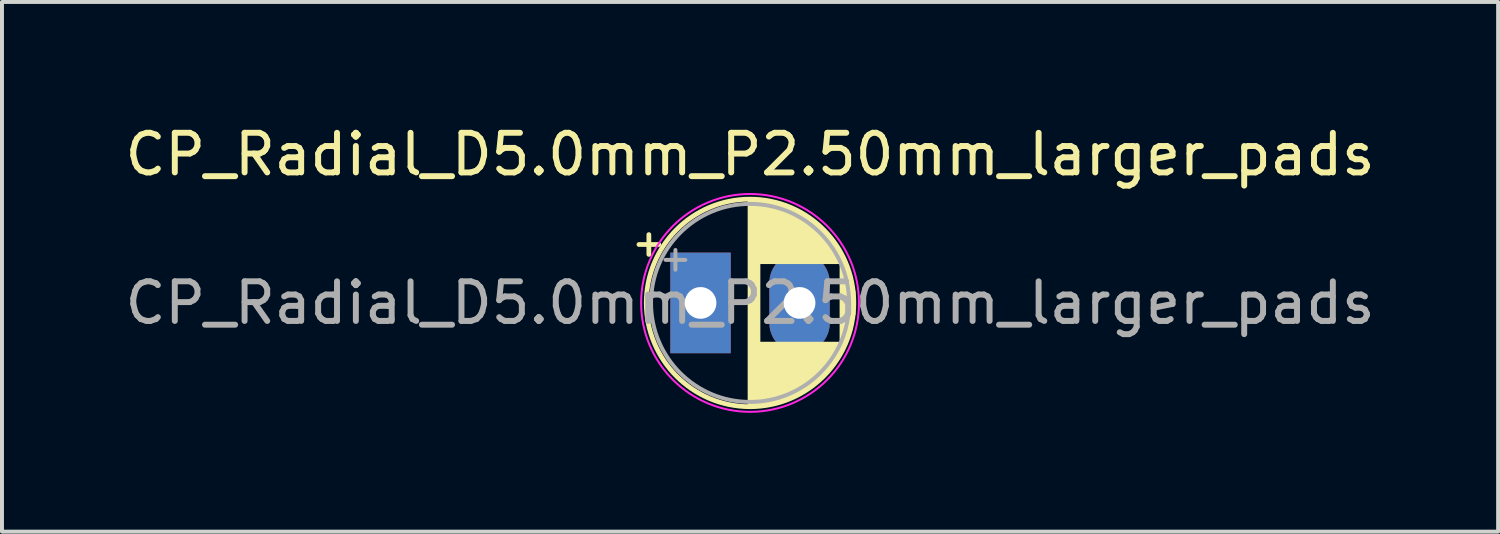
<source format=kicad_pcb>
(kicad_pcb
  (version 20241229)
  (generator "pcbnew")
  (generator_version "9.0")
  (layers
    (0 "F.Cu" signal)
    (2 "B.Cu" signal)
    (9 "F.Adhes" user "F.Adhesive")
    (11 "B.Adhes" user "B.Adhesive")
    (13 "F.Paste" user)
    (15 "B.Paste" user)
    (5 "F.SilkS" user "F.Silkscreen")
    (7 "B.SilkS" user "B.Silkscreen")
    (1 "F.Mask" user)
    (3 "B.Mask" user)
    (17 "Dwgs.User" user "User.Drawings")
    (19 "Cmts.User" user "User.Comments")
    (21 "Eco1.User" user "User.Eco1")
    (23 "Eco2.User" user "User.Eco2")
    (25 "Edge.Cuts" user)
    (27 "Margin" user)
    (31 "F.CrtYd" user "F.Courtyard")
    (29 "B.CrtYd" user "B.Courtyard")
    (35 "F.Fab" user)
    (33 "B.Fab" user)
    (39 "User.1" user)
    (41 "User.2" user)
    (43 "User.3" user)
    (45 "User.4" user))
  (footprint "CP_Radial_D5.0mm_P2.50mm_larger_pads"
    (layer "F.Cu")
    (at 14.637 4.598)
    (property "Reference" "CP_Radial_D5.0mm_P2.50mm_larger_pads" (at 1.25 -3.75 0) (layer "F.SilkS") (effects (font (size 1 1) (thickness 0.15))))
    (attr through_hole)
    (fp_line (start -1.555 -1.475) (end -1.055 -1.475) (stroke (width 0.12) (type solid)) (layer "F.SilkS"))
    (fp_line (start -1.305 -1.725) (end -1.305 -1.225) (stroke (width 0.12) (type solid)) (layer "F.SilkS"))
    (fp_line (start 1.25 -2.58) (end 1.25 2.58) (stroke (width 0.12) (type solid)) (layer "F.SilkS"))
    (fp_line (start 1.29 -2.58) (end 1.29 2.58) (stroke (width 0.12) (type solid)) (layer "F.SilkS"))
    (fp_line (start 1.33 -2.579) (end 1.33 2.579) (stroke (width 0.12) (type solid)) (layer "F.SilkS"))
    (fp_line (start 1.37 -2.578) (end 1.37 2.578) (stroke (width 0.12) (type solid)) (layer "F.SilkS"))
    (fp_line (start 1.41 -2.576) (end 1.41 2.576) (stroke (width 0.12) (type solid)) (layer "F.SilkS"))
    (fp_line (start 1.45 -2.573) (end 1.45 2.573) (stroke (width 0.12) (type solid)) (layer "F.SilkS"))
    (fp_line (start 1.49 -2.569) (end 1.49 -1.04) (stroke (width 0.12) (type solid)) (layer "F.SilkS"))
    (fp_line (start 1.49 1.04) (end 1.49 2.569) (stroke (width 0.12) (type solid)) (layer "F.SilkS"))
    (fp_line (start 1.53 -2.565) (end 1.53 -1.04) (stroke (width 0.12) (type solid)) (layer "F.SilkS"))
    (fp_line (start 1.53 1.04) (end 1.53 2.565) (stroke (width 0.12) (type solid)) (layer "F.SilkS"))
    (fp_line (start 1.57 -2.561) (end 1.57 -1.04) (stroke (width 0.12) (type solid)) (layer "F.SilkS"))
    (fp_line (start 1.57 1.04) (end 1.57 2.561) (stroke (width 0.12) (type solid)) (layer "F.SilkS"))
    (fp_line (start 1.61 -2.556) (end 1.61 -1.04) (stroke (width 0.12) (type solid)) (layer "F.SilkS"))
    (fp_line (start 1.61 1.04) (end 1.61 2.556) (stroke (width 0.12) (type solid)) (layer "F.SilkS"))
    (fp_line (start 1.65 -2.55) (end 1.65 -1.04) (stroke (width 0.12) (type solid)) (layer "F.SilkS"))
    (fp_line (start 1.65 1.04) (end 1.65 2.55) (stroke (width 0.12) (type solid)) (layer "F.SilkS"))
    (fp_line (start 1.69 -2.543) (end 1.69 -1.04) (stroke (width 0.12) (type solid)) (layer "F.SilkS"))
    (fp_line (start 1.69 1.04) (end 1.69 2.543) (stroke (width 0.12) (type solid)) (layer "F.SilkS"))
    (fp_line (start 1.73 -2.536) (end 1.73 -1.04) (stroke (width 0.12) (type solid)) (layer "F.SilkS"))
    (fp_line (start 1.73 1.04) (end 1.73 2.536) (stroke (width 0.12) (type solid)) (layer "F.SilkS"))
    (fp_line (start 1.77 -2.528) (end 1.77 -1.04) (stroke (width 0.12) (type solid)) (layer "F.SilkS"))
    (fp_line (start 1.77 1.04) (end 1.77 2.528) (stroke (width 0.12) (type solid)) (layer "F.SilkS"))
    (fp_line (start 1.81 -2.52) (end 1.81 -1.04) (stroke (width 0.12) (type solid)) (layer "F.SilkS"))
    (fp_line (start 1.81 1.04) (end 1.81 2.52) (stroke (width 0.12) (type solid)) (layer "F.SilkS"))
    (fp_line (start 1.85 -2.511) (end 1.85 -1.04) (stroke (width 0.12) (type solid)) (layer "F.SilkS"))
    (fp_line (start 1.85 1.04) (end 1.85 2.511) (stroke (width 0.12) (type solid)) (layer "F.SilkS"))
    (fp_line (start 1.89 -2.501) (end 1.89 -1.04) (stroke (width 0.12) (type solid)) (layer "F.SilkS"))
    (fp_line (start 1.89 1.04) (end 1.89 2.501) (stroke (width 0.12) (type solid)) (layer "F.SilkS"))
    (fp_line (start 1.93 -2.491) (end 1.93 -1.04) (stroke (width 0.12) (type solid)) (layer "F.SilkS"))
    (fp_line (start 1.93 1.04) (end 1.93 2.491) (stroke (width 0.12) (type solid)) (layer "F.SilkS"))
    (fp_line (start 1.971 -2.48) (end 1.971 -1.04) (stroke (width 0.12) (type solid)) (layer "F.SilkS"))
    (fp_line (start 1.971 1.04) (end 1.971 2.48) (stroke (width 0.12) (type solid)) (layer "F.SilkS"))
    (fp_line (start 2.011 -2.468) (end 2.011 -1.04) (stroke (width 0.12) (type solid)) (layer "F.SilkS"))
    (fp_line (start 2.011 1.04) (end 2.011 2.468) (stroke (width 0.12) (type solid)) (layer "F.SilkS"))
    (fp_line (start 2.051 -2.455) (end 2.051 -1.04) (stroke (width 0.12) (type solid)) (layer "F.SilkS"))
    (fp_line (start 2.051 1.04) (end 2.051 2.455) (stroke (width 0.12) (type solid)) (layer "F.SilkS"))
    (fp_line (start 2.091 -2.442) (end 2.091 -1.04) (stroke (width 0.12) (type solid)) (layer "F.SilkS"))
    (fp_line (start 2.091 1.04) (end 2.091 2.442) (stroke (width 0.12) (type solid)) (layer "F.SilkS"))
    (fp_line (start 2.131 -2.428) (end 2.131 -1.04) (stroke (width 0.12) (type solid)) (layer "F.SilkS"))
    (fp_line (start 2.131 1.04) (end 2.131 2.428) (stroke (width 0.12) (type solid)) (layer "F.SilkS"))
    (fp_line (start 2.171 -2.414) (end 2.171 -1.04) (stroke (width 0.12) (type solid)) (layer "F.SilkS"))
    (fp_line (start 2.171 1.04) (end 2.171 2.414) (stroke (width 0.12) (type solid)) (layer "F.SilkS"))
    (fp_line (start 2.211 -2.398) (end 2.211 -1.04) (stroke (width 0.12) (type solid)) (layer "F.SilkS"))
    (fp_line (start 2.211 1.04) (end 2.211 2.398) (stroke (width 0.12) (type solid)) (layer "F.SilkS"))
    (fp_line (start 2.251 -2.382) (end 2.251 -1.04) (stroke (width 0.12) (type solid)) (layer "F.SilkS"))
    (fp_line (start 2.251 1.04) (end 2.251 2.382) (stroke (width 0.12) (type solid)) (layer "F.SilkS"))
    (fp_line (start 2.291 -2.365) (end 2.291 -1.04) (stroke (width 0.12) (type solid)) (layer "F.SilkS"))
    (fp_line (start 2.291 1.04) (end 2.291 2.365) (stroke (width 0.12) (type solid)) (layer "F.SilkS"))
    (fp_line (start 2.331 -2.348) (end 2.331 -1.04) (stroke (width 0.12) (type solid)) (layer "F.SilkS"))
    (fp_line (start 2.331 1.04) (end 2.331 2.348) (stroke (width 0.12) (type solid)) (layer "F.SilkS"))
    (fp_line (start 2.371 -2.329) (end 2.371 -1.04) (stroke (width 0.12) (type solid)) (layer "F.SilkS"))
    (fp_line (start 2.371 1.04) (end 2.371 2.329) (stroke (width 0.12) (type solid)) (layer "F.SilkS"))
    (fp_line (start 2.411 -2.31) (end 2.411 -1.04) (stroke (width 0.12) (type solid)) (layer "F.SilkS"))
    (fp_line (start 2.411 1.04) (end 2.411 2.31) (stroke (width 0.12) (type solid)) (layer "F.SilkS"))
    (fp_line (start 2.451 -2.29) (end 2.451 -1.04) (stroke (width 0.12) (type solid)) (layer "F.SilkS"))
    (fp_line (start 2.451 1.04) (end 2.451 2.29) (stroke (width 0.12) (type solid)) (layer "F.SilkS"))
    (fp_line (start 2.491 -2.268) (end 2.491 -1.04) (stroke (width 0.12) (type solid)) (layer "F.SilkS"))
    (fp_line (start 2.491 1.04) (end 2.491 2.268) (stroke (width 0.12) (type solid)) (layer "F.SilkS"))
    (fp_line (start 2.531 -2.247) (end 2.531 -1.04) (stroke (width 0.12) (type solid)) (layer "F.SilkS"))
    (fp_line (start 2.531 1.04) (end 2.531 2.247) (stroke (width 0.12) (type solid)) (layer "F.SilkS"))
    (fp_line (start 2.571 -2.224) (end 2.571 -1.04) (stroke (width 0.12) (type solid)) (layer "F.SilkS"))
    (fp_line (start 2.571 1.04) (end 2.571 2.224) (stroke (width 0.12) (type solid)) (layer "F.SilkS"))
    (fp_line (start 2.611 -2.2) (end 2.611 -1.04) (stroke (width 0.12) (type solid)) (layer "F.SilkS"))
    (fp_line (start 2.611 1.04) (end 2.611 2.2) (stroke (width 0.12) (type solid)) (layer "F.SilkS"))
    (fp_line (start 2.651 -2.175) (end 2.651 -1.04) (stroke (width 0.12) (type solid)) (layer "F.SilkS"))
    (fp_line (start 2.651 1.04) (end 2.651 2.175) (stroke (width 0.12) (type solid)) (layer "F.SilkS"))
    (fp_line (start 2.691 -2.149) (end 2.691 -1.04) (stroke (width 0.12) (type solid)) (layer "F.SilkS"))
    (fp_line (start 2.691 1.04) (end 2.691 2.149) (stroke (width 0.12) (type solid)) (layer "F.SilkS"))
    (fp_line (start 2.731 -2.122) (end 2.731 -1.04) (stroke (width 0.12) (type solid)) (layer "F.SilkS"))
    (fp_line (start 2.731 1.04) (end 2.731 2.122) (stroke (width 0.12) (type solid)) (layer "F.SilkS"))
    (fp_line (start 2.771 -2.095) (end 2.771 -1.04) (stroke (width 0.12) (type solid)) (layer "F.SilkS"))
    (fp_line (start 2.771 1.04) (end 2.771 2.095) (stroke (width 0.12) (type solid)) (layer "F.SilkS"))
    (fp_line (start 2.811 -2.065) (end 2.811 -1.04) (stroke (width 0.12) (type solid)) (layer "F.SilkS"))
    (fp_line (start 2.811 1.04) (end 2.811 2.065) (stroke (width 0.12) (type solid)) (layer "F.SilkS"))
    (fp_line (start 2.851 -2.035) (end 2.851 -1.04) (stroke (width 0.12) (type solid)) (layer "F.SilkS"))
    (fp_line (start 2.851 1.04) (end 2.851 2.035) (stroke (width 0.12) (type solid)) (layer "F.SilkS"))
    (fp_line (start 2.891 -2.004) (end 2.891 -1.04) (stroke (width 0.12) (type solid)) (layer "F.SilkS"))
    (fp_line (start 2.891 1.04) (end 2.891 2.004) (stroke (width 0.12) (type solid)) (layer "F.SilkS"))
    (fp_line (start 2.931 -1.971) (end 2.931 -1.04) (stroke (width 0.12) (type solid)) (layer "F.SilkS"))
    (fp_line (start 2.931 1.04) (end 2.931 1.971) (stroke (width 0.12) (type solid)) (layer "F.SilkS"))
    (fp_line (start 2.971 -1.937) (end 2.971 -1.04) (stroke (width 0.12) (type solid)) (layer "F.SilkS"))
    (fp_line (start 2.971 1.04) (end 2.971 1.937) (stroke (width 0.12) (type solid)) (layer "F.SilkS"))
    (fp_line (start 3.011 -1.901) (end 3.011 -1.04) (stroke (width 0.12) (type solid)) (layer "F.SilkS"))
    (fp_line (start 3.011 1.04) (end 3.011 1.901) (stroke (width 0.12) (type solid)) (layer "F.SilkS"))
    (fp_line (start 3.051 -1.864) (end 3.051 -1.04) (stroke (width 0.12) (type solid)) (layer "F.SilkS"))
    (fp_line (start 3.051 1.04) (end 3.051 1.864) (stroke (width 0.12) (type solid)) (layer "F.SilkS"))
    (fp_line (start 3.091 -1.826) (end 3.091 -1.04) (stroke (width 0.12) (type solid)) (layer "F.SilkS"))
    (fp_line (start 3.091 1.04) (end 3.091 1.826) (stroke (width 0.12) (type solid)) (layer "F.SilkS"))
    (fp_line (start 3.131 -1.785) (end 3.131 -1.04) (stroke (width 0.12) (type solid)) (layer "F.SilkS"))
    (fp_line (start 3.131 1.04) (end 3.131 1.785) (stroke (width 0.12) (type solid)) (layer "F.SilkS"))
    (fp_line (start 3.171 -1.743) (end 3.171 -1.04) (stroke (width 0.12) (type solid)) (layer "F.SilkS"))
    (fp_line (start 3.171 1.04) (end 3.171 1.743) (stroke (width 0.12) (type solid)) (layer "F.SilkS"))
    (fp_line (start 3.211 -1.699) (end 3.211 -1.04) (stroke (width 0.12) (type solid)) (layer "F.SilkS"))
    (fp_line (start 3.211 1.04) (end 3.211 1.699) (stroke (width 0.12) (type solid)) (layer "F.SilkS"))
    (fp_line (start 3.251 -1.653) (end 3.251 -1.04) (stroke (width 0.12) (type solid)) (layer "F.SilkS"))
    (fp_line (start 3.251 1.04) (end 3.251 1.653) (stroke (width 0.12) (type solid)) (layer "F.SilkS"))
    (fp_line (start 3.291 -1.605) (end 3.291 -1.04) (stroke (width 0.12) (type solid)) (layer "F.SilkS"))
    (fp_line (start 3.291 1.04) (end 3.291 1.605) (stroke (width 0.12) (type solid)) (layer "F.SilkS"))
    (fp_line (start 3.331 -1.554) (end 3.331 -1.04) (stroke (width 0.12) (type solid)) (layer "F.SilkS"))
    (fp_line (start 3.331 1.04) (end 3.331 1.554) (stroke (width 0.12) (type solid)) (layer "F.SilkS"))
    (fp_line (start 3.371 -1.5) (end 3.371 -1.04) (stroke (width 0.12) (type solid)) (layer "F.SilkS"))
    (fp_line (start 3.371 1.04) (end 3.371 1.5) (stroke (width 0.12) (type solid)) (layer "F.SilkS"))
    (fp_line (start 3.411 -1.443) (end 3.411 -1.04) (stroke (width 0.12) (type solid)) (layer "F.SilkS"))
    (fp_line (start 3.411 1.04) (end 3.411 1.443) (stroke (width 0.12) (type solid)) (layer "F.SilkS"))
    (fp_line (start 3.451 -1.383) (end 3.451 -1.04) (stroke (width 0.12) (type solid)) (layer "F.SilkS"))
    (fp_line (start 3.451 1.04) (end 3.451 1.383) (stroke (width 0.12) (type solid)) (layer "F.SilkS"))
    (fp_line (start 3.491 -1.319) (end 3.491 -1.04) (stroke (width 0.12) (type solid)) (layer "F.SilkS"))
    (fp_line (start 3.491 1.04) (end 3.491 1.319) (stroke (width 0.12) (type solid)) (layer "F.SilkS"))
    (fp_line (start 3.531 -1.251) (end 3.531 -1.04) (stroke (width 0.12) (type solid)) (layer "F.SilkS"))
    (fp_line (start 3.531 1.04) (end 3.531 1.251) (stroke (width 0.12) (type solid)) (layer "F.SilkS"))
    (fp_line (start 3.571 -1.178) (end 3.571 1.178) (stroke (width 0.12) (type solid)) (layer "F.SilkS"))
    (fp_line (start 3.611 -1.098) (end 3.611 1.098) (stroke (width 0.12) (type solid)) (layer "F.SilkS"))
    (fp_line (start 3.651 -1.011) (end 3.651 1.011) (stroke (width 0.12) (type solid)) (layer "F.SilkS"))
    (fp_line (start 3.691 -0.915) (end 3.691 0.915) (stroke (width 0.12) (type solid)) (layer "F.SilkS"))
    (fp_line (start 3.731 -0.805) (end 3.731 0.805) (stroke (width 0.12) (type solid)) (layer "F.SilkS"))
    (fp_line (start 3.771 -0.677) (end 3.771 0.677) (stroke (width 0.12) (type solid)) (layer "F.SilkS"))
    (fp_line (start 3.811 -0.518) (end 3.811 0.518) (stroke (width 0.12) (type solid)) (layer "F.SilkS"))
    (fp_line (start 3.851 -0.284) (end 3.851 0.284) (stroke (width 0.12) (type solid)) (layer "F.SilkS"))
    (fp_circle (center 1.25 0) (end 3.87 0) (stroke (width 0.12) (type solid)) (fill no) (layer "F.SilkS"))
    (fp_circle (center 1.25 0) (end 4 0) (stroke (width 0.05) (type solid)) (fill no) (layer "F.CrtYd"))
    (fp_line (start -0.884 -1.087) (end -0.384 -1.087) (stroke (width 0.1) (type solid)) (layer "F.Fab"))
    (fp_line (start -0.634 -1.337) (end -0.634 -0.838) (stroke (width 0.1) (type solid)) (layer "F.Fab"))
    (fp_circle (center 1.25 0) (end 3.75 0) (stroke (width 0.1) (type solid)) (fill no) (layer "F.Fab"))
    (fp_text user "${REFERENCE}" (at 1.25 0 0) (layer "F.Fab") (effects (font (size 1 1) (thickness 0.15))))
    (pad "1" thru_hole rect (at 0 0) (size 1.524 2.54) (drill 0.8) (layers "*.Cu" "*.Mask"))
    (pad "2" thru_hole oval (at 2.5 0) (size 1.524 2.54) (drill 0.8) (layers "*.Cu" "*.Mask")))
  (gr_rect
    (start -3 -3)
    (end 34.774 10.373)
    (stroke (width 0.1) (type default))
    (fill no)
    (layer "Edge.Cuts")))
</source>
